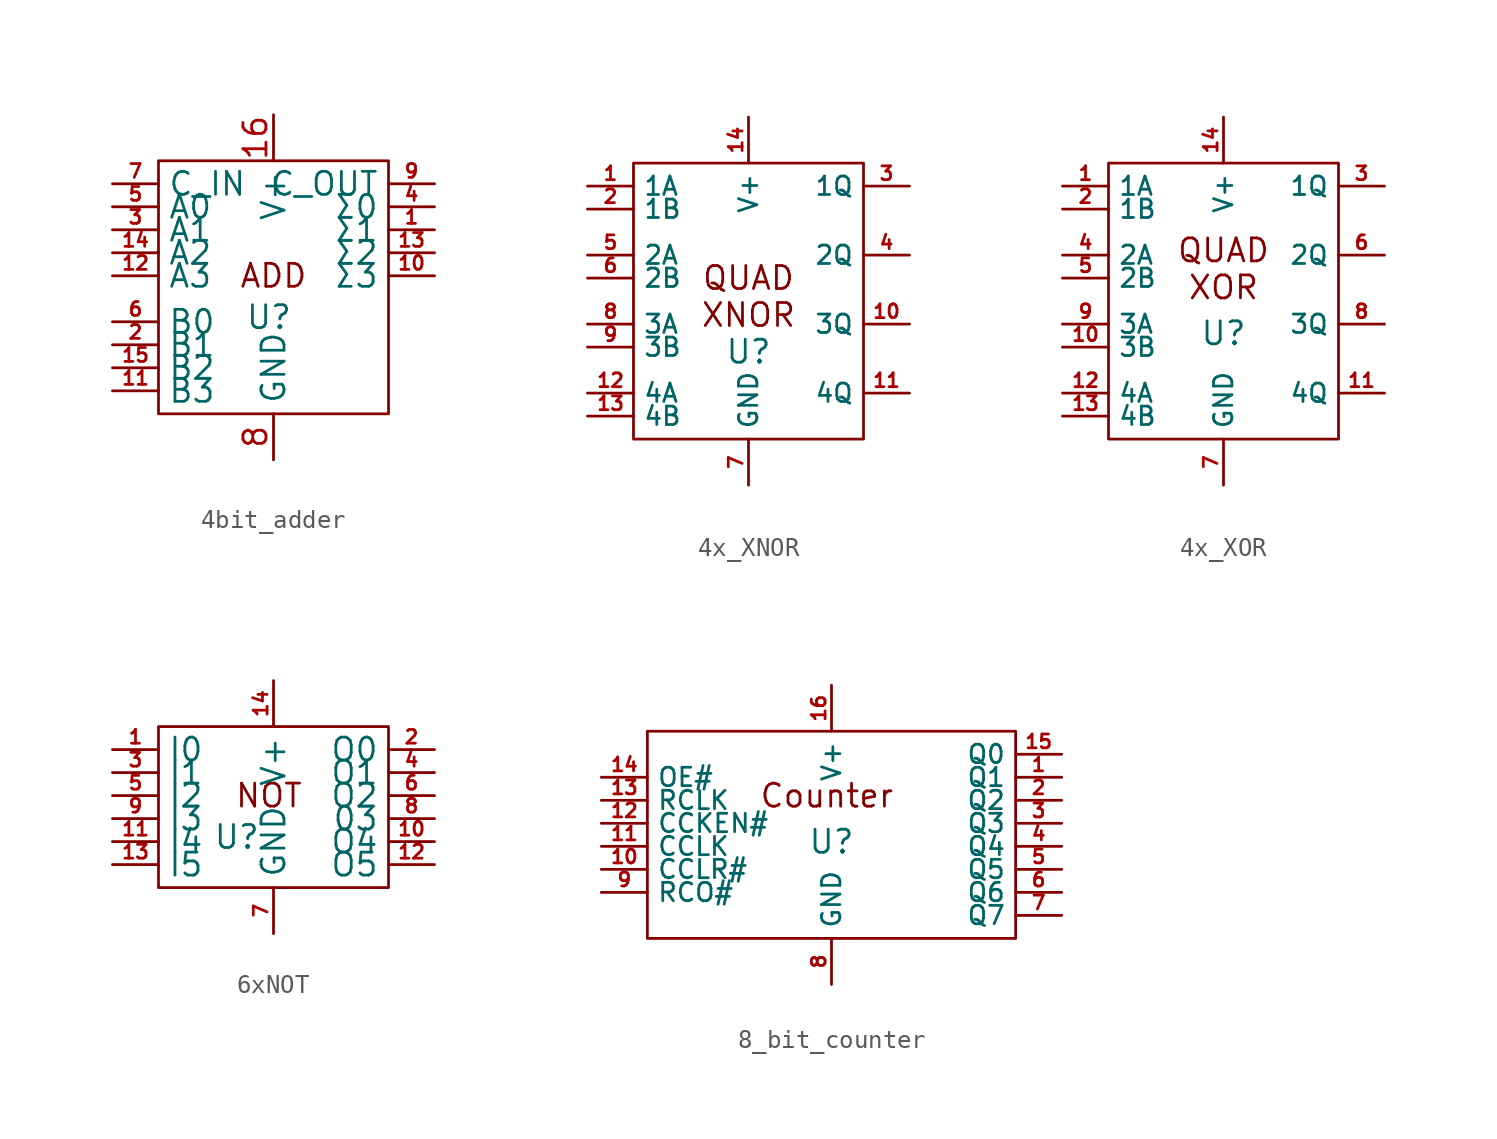
<source format=kicad_sym>
(kicad_symbol_lib
  (version 20231120)
  (generator "kicad_symbol_editor")
  (generator_version "8.0")
  (symbol "4bit_adder"
    (property "Reference" "U"
      (at -2.794 4.064 0)
      (effects (font (size 1.27 1.27))))
    (property "Value" ""
      (at -5.08 -1.27 0)
      (effects (font (size 1.27 1.27))))
    (symbol "4bit_adder_0_1"
      (rectangle (start -8.89 12.7) (end 3.81 -1.27) (stroke (width 0) (type default)) (fill (type none))))
    (symbol "4bit_adder_1_1"
      (text "ADD" (at -2.54 6.35 0) (effects (font (size 1.27 1.27))))
      (pin output line (at 6.35 8.89 180) (length 2.54) (name "Σ1" (effects (font (size 1.27 1.27)))) (number "1" (effects (font (size 0.762 0.762)))))
      (pin output line (at 6.35 6.35 180) (length 2.54) (name "Σ3" (effects (font (size 1.27 1.27)))) (number "10" (effects (font (size 0.762 0.762)))))
      (pin input line (at -11.43 0 0) (length 2.54) (name "B3" (effects (font (size 1.27 1.27)))) (number "11" (effects (font (size 0.762 0.762)))))
      (pin input line (at -11.43 6.35 0) (length 2.54) (name "A3" (effects (font (size 1.27 1.27)))) (number "12" (effects (font (size 0.762 0.762)))))
      (pin output line (at 6.35 7.62 180) (length 2.54) (name "Σ2" (effects (font (size 1.27 1.27)))) (number "13" (effects (font (size 0.762 0.762)))))
      (pin input line (at -11.43 7.62 0) (length 2.54) (name "A2" (effects (font (size 1.27 1.27)))) (number "14" (effects (font (size 0.762 0.762)))))
      (pin input line (at -11.43 1.27 0) (length 2.54) (name "B2" (effects (font (size 1.27 1.27)))) (number "15" (effects (font (size 0.762 0.762)))))
      (pin power_in line (at -2.54 15.24 270) (length 2.54) (name "V+" (effects (font (size 1.27 1.27)))) (number "16" (effects (font (size 1.27 1.27)))))
      (pin input line (at -11.43 2.54 0) (length 2.54) (name "B1" (effects (font (size 1.27 1.27)))) (number "2" (effects (font (size 0.762 0.762)))))
      (pin input line (at -11.43 8.89 0) (length 2.54) (name "A1" (effects (font (size 1.27 1.27)))) (number "3" (effects (font (size 0.762 0.762)))))
      (pin output line (at 6.35 10.16 180) (length 2.54) (name "Σ0" (effects (font (size 1.27 1.27)))) (number "4" (effects (font (size 0.762 0.762)))))
      (pin input line (at -11.43 10.16 0) (length 2.54) (name "A0" (effects (font (size 1.27 1.27)))) (number "5" (effects (font (size 0.762 0.762)))))
      (pin input line (at -11.43 3.81 0) (length 2.54) (name "B0" (effects (font (size 1.27 1.27)))) (number "6" (effects (font (size 0.762 0.762)))))
      (pin input line (at -11.43 11.43 0) (length 2.54) (name "C_IN" (effects (font (size 1.27 1.27)))) (number "7" (effects (font (size 0.762 0.762)))))
      (pin power_in line (at -2.54 -3.81 90) (length 2.54) (name "GND" (effects (font (size 1.27 1.27)))) (number "8" (effects (font (size 1.27 1.27)))))
      (pin output line (at 6.35 11.43 180) (length 2.54) (name "C_OUT" (effects (font (size 1.27 1.27)))) (number "9" (effects (font (size 0.762 0.762)))))))
  (symbol "4x_XNOR"
    (property "Reference" "U"
      (at 0 -2.794 0)
      (effects (font (size 1.27 1.27))))
    (property "Value" ""
      (at -1.27 -3.81 0)
      (effects (font (size 1.27 1.27))))
    (symbol "4x_XNOR_1_1"
      (rectangle (start -6.35 7.62) (end 6.35 -7.62) (stroke (width 0) (type default)) (fill (type none)))
      (text "QUAD\nXNOR" (at 0 0.254 0) (effects (font (size 1.27 1.27))))
      (pin input line (at -8.89 6.35 0) (length 2.54) (name "1A" (effects (font (size 1.016 1.016)))) (number "1" (effects (font (size 0.762 0.762)))))
      (pin output line (at 8.89 -1.27 180) (length 2.54) (name "3Q" (effects (font (size 1.016 1.016)))) (number "10" (effects (font (size 0.762 0.762)))))
      (pin output line (at 8.89 -5.08 180) (length 2.54) (name "4Q" (effects (font (size 1.016 1.016)))) (number "11" (effects (font (size 0.762 0.762)))))
      (pin input line (at -8.89 -5.08 0) (length 2.54) (name "4A" (effects (font (size 1.016 1.016)))) (number "12" (effects (font (size 0.762 0.762)))))
      (pin input line (at -8.89 -6.35 0) (length 2.54) (name "4B" (effects (font (size 1.016 1.016)))) (number "13" (effects (font (size 0.762 0.762)))))
      (pin power_in line (at 0 10.16 270) (length 2.54) (name "V+" (effects (font (size 1.016 1.016)))) (number "14" (effects (font (size 0.762 0.762)))))
      (pin input line (at -8.89 5.08 0) (length 2.54) (name "1B" (effects (font (size 1.016 1.016)))) (number "2" (effects (font (size 0.762 0.762)))))
      (pin output line (at 8.89 6.35 180) (length 2.54) (name "1Q" (effects (font (size 1.016 1.016)))) (number "3" (effects (font (size 0.762 0.762)))))
      (pin output line (at 8.89 2.54 180) (length 2.54) (name "2Q" (effects (font (size 1.016 1.016)))) (number "4" (effects (font (size 0.762 0.762)))))
      (pin input line (at -8.89 2.54 0) (length 2.54) (name "2A" (effects (font (size 1.016 1.016)))) (number "5" (effects (font (size 0.762 0.762)))))
      (pin input line (at -8.89 1.27 0) (length 2.54) (name "2B" (effects (font (size 1.016 1.016)))) (number "6" (effects (font (size 0.762 0.762)))))
      (pin power_in line (at 0 -10.16 90) (length 2.54) (name "GND" (effects (font (size 1.016 1.016)))) (number "7" (effects (font (size 0.762 0.762)))))
      (pin input line (at -8.89 -1.27 0) (length 2.54) (name "3A" (effects (font (size 1.016 1.016)))) (number "8" (effects (font (size 0.762 0.762)))))
      (pin input line (at -8.89 -2.54 0) (length 2.54) (name "3B" (effects (font (size 1.016 1.016)))) (number "9" (effects (font (size 0.762 0.762)))))))
  (symbol "4x_XOR"
    (property "Reference" "U"
      (at 0 -1.778 0)
      (effects (font (size 1.27 1.27))))
    (property "Value" ""
      (at -1.27 -3.81 0)
      (effects (font (size 1.27 1.27))))
    (symbol "4x_XOR_1_1"
      (rectangle (start -6.35 7.62) (end 6.35 -7.62) (stroke (width 0) (type default)) (fill (type none)))
      (text "QUAD\nXOR" (at 0 1.778 0) (effects (font (size 1.27 1.27))))
      (pin input line (at -8.89 6.35 0) (length 2.54) (name "1A" (effects (font (size 1.016 1.016)))) (number "1" (effects (font (size 0.762 0.762)))))
      (pin input line (at -8.89 -2.54 0) (length 2.54) (name "3B" (effects (font (size 1.016 1.016)))) (number "10" (effects (font (size 0.762 0.762)))))
      (pin output line (at 8.89 -5.08 180) (length 2.54) (name "4Q" (effects (font (size 1.016 1.016)))) (number "11" (effects (font (size 0.762 0.762)))))
      (pin input line (at -8.89 -5.08 0) (length 2.54) (name "4A" (effects (font (size 1.016 1.016)))) (number "12" (effects (font (size 0.762 0.762)))))
      (pin input line (at -8.89 -6.35 0) (length 2.54) (name "4B" (effects (font (size 1.016 1.016)))) (number "13" (effects (font (size 0.762 0.762)))))
      (pin power_in line (at 0 10.16 270) (length 2.54) (name "V+" (effects (font (size 1.016 1.016)))) (number "14" (effects (font (size 0.762 0.762)))))
      (pin input line (at -8.89 5.08 0) (length 2.54) (name "1B" (effects (font (size 1.016 1.016)))) (number "2" (effects (font (size 0.762 0.762)))))
      (pin output line (at 8.89 6.35 180) (length 2.54) (name "1Q" (effects (font (size 1.016 1.016)))) (number "3" (effects (font (size 0.762 0.762)))))
      (pin input line (at -8.89 2.54 0) (length 2.54) (name "2A" (effects (font (size 1.016 1.016)))) (number "4" (effects (font (size 0.762 0.762)))))
      (pin input line (at -8.89 1.27 0) (length 2.54) (name "2B" (effects (font (size 1.016 1.016)))) (number "5" (effects (font (size 0.762 0.762)))))
      (pin output line (at 8.89 2.54 180) (length 2.54) (name "2Q" (effects (font (size 1.016 1.016)))) (number "6" (effects (font (size 0.762 0.762)))))
      (pin power_in line (at 0 -10.16 90) (length 2.54) (name "GND" (effects (font (size 1.016 1.016)))) (number "7" (effects (font (size 0.762 0.762)))))
      (pin output line (at 8.89 -1.27 180) (length 2.54) (name "3Q" (effects (font (size 1.016 1.016)))) (number "8" (effects (font (size 0.762 0.762)))))
      (pin input line (at -8.89 -1.27 0) (length 2.54) (name "3A" (effects (font (size 1.016 1.016)))) (number "9" (effects (font (size 0.762 0.762)))))))
  (symbol "6xNOT"
    (property "Reference" "U"
      (at -2.032 -1.016 0)
      (effects (font (size 1.27 1.27))))
    (property "Value" ""
      (at -2.54 0 0)
      (effects (font (size 1.27 1.27))))
    (symbol "6xNOT_0_1"
      (rectangle (start -6.35 5.08) (end 6.35 -3.81) (stroke (width 0) (type default)) (fill (type none))))
    (symbol "6xNOT_1_1"
      (text "NOT" (at -0.254 1.27 0) (effects (font (size 1.27 1.27))))
      (pin input line (at -8.89 3.81 0) (length 2.54) (name "I0" (effects (font (size 1.27 1.27)))) (number "1" (effects (font (size 0.762 0.762)))))
      (pin output line (at 8.89 -1.27 180) (length 2.54) (name "O4" (effects (font (size 1.27 1.27)))) (number "10" (effects (font (size 0.762 0.762)))))
      (pin input line (at -8.89 -1.27 0) (length 2.54) (name "I4" (effects (font (size 1.27 1.27)))) (number "11" (effects (font (size 0.762 0.762)))))
      (pin output line (at 8.89 -2.54 180) (length 2.54) (name "O5" (effects (font (size 1.27 1.27)))) (number "12" (effects (font (size 0.762 0.762)))))
      (pin input line (at -8.89 -2.54 0) (length 2.54) (name "I5" (effects (font (size 1.27 1.27)))) (number "13" (effects (font (size 0.762 0.762)))))
      (pin power_in line (at 0 7.62 270) (length 2.54) (name "V+" (effects (font (size 1.27 1.27)))) (number "14" (effects (font (size 0.762 0.762)))))
      (pin output line (at 8.89 3.81 180) (length 2.54) (name "O0" (effects (font (size 1.27 1.27)))) (number "2" (effects (font (size 0.762 0.762)))))
      (pin input line (at -8.89 2.54 0) (length 2.54) (name "I1" (effects (font (size 1.27 1.27)))) (number "3" (effects (font (size 0.762 0.762)))))
      (pin output line (at 8.89 2.54 180) (length 2.54) (name "O1" (effects (font (size 1.27 1.27)))) (number "4" (effects (font (size 0.762 0.762)))))
      (pin input line (at -8.89 1.27 0) (length 2.54) (name "I2" (effects (font (size 1.27 1.27)))) (number "5" (effects (font (size 0.762 0.762)))))
      (pin output line (at 8.89 1.27 180) (length 2.54) (name "O2" (effects (font (size 1.27 1.27)))) (number "6" (effects (font (size 0.762 0.762)))))
      (pin power_in line (at 0 -6.35 90) (length 2.54) (name "GND" (effects (font (size 1.27 1.27)))) (number "7" (effects (font (size 0.762 0.762)))))
      (pin output line (at 8.89 0 180) (length 2.54) (name "03" (effects (font (size 1.27 1.27)))) (number "8" (effects (font (size 0.762 0.762)))))
      (pin input line (at -8.89 0 0) (length 2.54) (name "I3" (effects (font (size 1.27 1.27)))) (number "9" (effects (font (size 0.762 0.762)))))))
  (symbol "8_bit_counter"
    (property "Reference" "U"
      (at 0 0.254 0)
      (effects (font (size 1.27 1.27))))
    (property "Value" ""
      (at 0 -7.62 0)
      (effects (font (size 1.27 1.27))))
    (symbol "8_bit_counter_0_1"
      (rectangle (start -10.16 6.35) (end 10.16 -5.08) (stroke (width 0) (type default)) (fill (type none))))
    (symbol "8_bit_counter_1_1"
      (text "Counter" (at -0.254 2.794 0) (effects (font (size 1.27 1.27))))
      (pin output line (at 12.7 3.81 180) (length 2.54) (name "Q1" (effects (font (size 1.016 1.016)))) (number "1" (effects (font (size 0.762 0.762)))))
      (pin input line (at -12.7 -1.27 0) (length 2.54) (name "CCLR#" (effects (font (size 1.016 1.016)))) (number "10" (effects (font (size 0.762 0.762)))))
      (pin input line (at -12.7 0 0) (length 2.54) (name "CCLK" (effects (font (size 1.016 1.016)))) (number "11" (effects (font (size 0.762 0.762)))))
      (pin input line (at -12.7 1.27 0) (length 2.54) (name "CCKEN#" (effects (font (size 1.016 1.016)))) (number "12" (effects (font (size 0.762 0.762)))))
      (pin input line (at -12.7 2.54 0) (length 2.54) (name "RCLK" (effects (font (size 1.016 1.016)))) (number "13" (effects (font (size 0.762 0.762)))))
      (pin input line (at -12.7 3.81 0) (length 2.54) (name "OE#" (effects (font (size 1.016 1.016)))) (number "14" (effects (font (size 0.762 0.762)))))
      (pin output line (at 12.7 5.08 180) (length 2.54) (name "Q0" (effects (font (size 1.016 1.016)))) (number "15" (effects (font (size 0.762 0.762)))))
      (pin power_in line (at 0 8.89 270) (length 2.54) (name "V+" (effects (font (size 1.016 1.016)))) (number "16" (effects (font (size 0.762 0.762)))))
      (pin output line (at 12.7 2.54 180) (length 2.54) (name "Q2" (effects (font (size 1.016 1.016)))) (number "2" (effects (font (size 0.762 0.762)))))
      (pin output line (at 12.7 1.27 180) (length 2.54) (name "Q3" (effects (font (size 1.016 1.016)))) (number "3" (effects (font (size 0.762 0.762)))))
      (pin output line (at 12.7 0 180) (length 2.54) (name "Q4" (effects (font (size 1.016 1.016)))) (number "4" (effects (font (size 0.762 0.762)))))
      (pin output line (at 12.7 -1.27 180) (length 2.54) (name "Q5" (effects (font (size 1.016 1.016)))) (number "5" (effects (font (size 0.762 0.762)))))
      (pin output line (at 12.7 -2.54 180) (length 2.54) (name "Q6" (effects (font (size 1.016 1.016)))) (number "6" (effects (font (size 0.762 0.762)))))
      (pin output line (at 12.7 -3.81 180) (length 2.54) (name "Q7" (effects (font (size 1.016 1.016)))) (number "7" (effects (font (size 0.762 0.762)))))
      (pin power_in line (at 0 -7.62 90) (length 2.54) (name "GND" (effects (font (size 1.016 1.016)))) (number "8" (effects (font (size 0.762 0.762)))))
      (pin output line (at -12.7 -2.54 0) (length 2.54) (name "RCO#" (effects (font (size 1.016 1.016)))) (number "9" (effects (font (size 0.762 0.762))))))))
</source>
